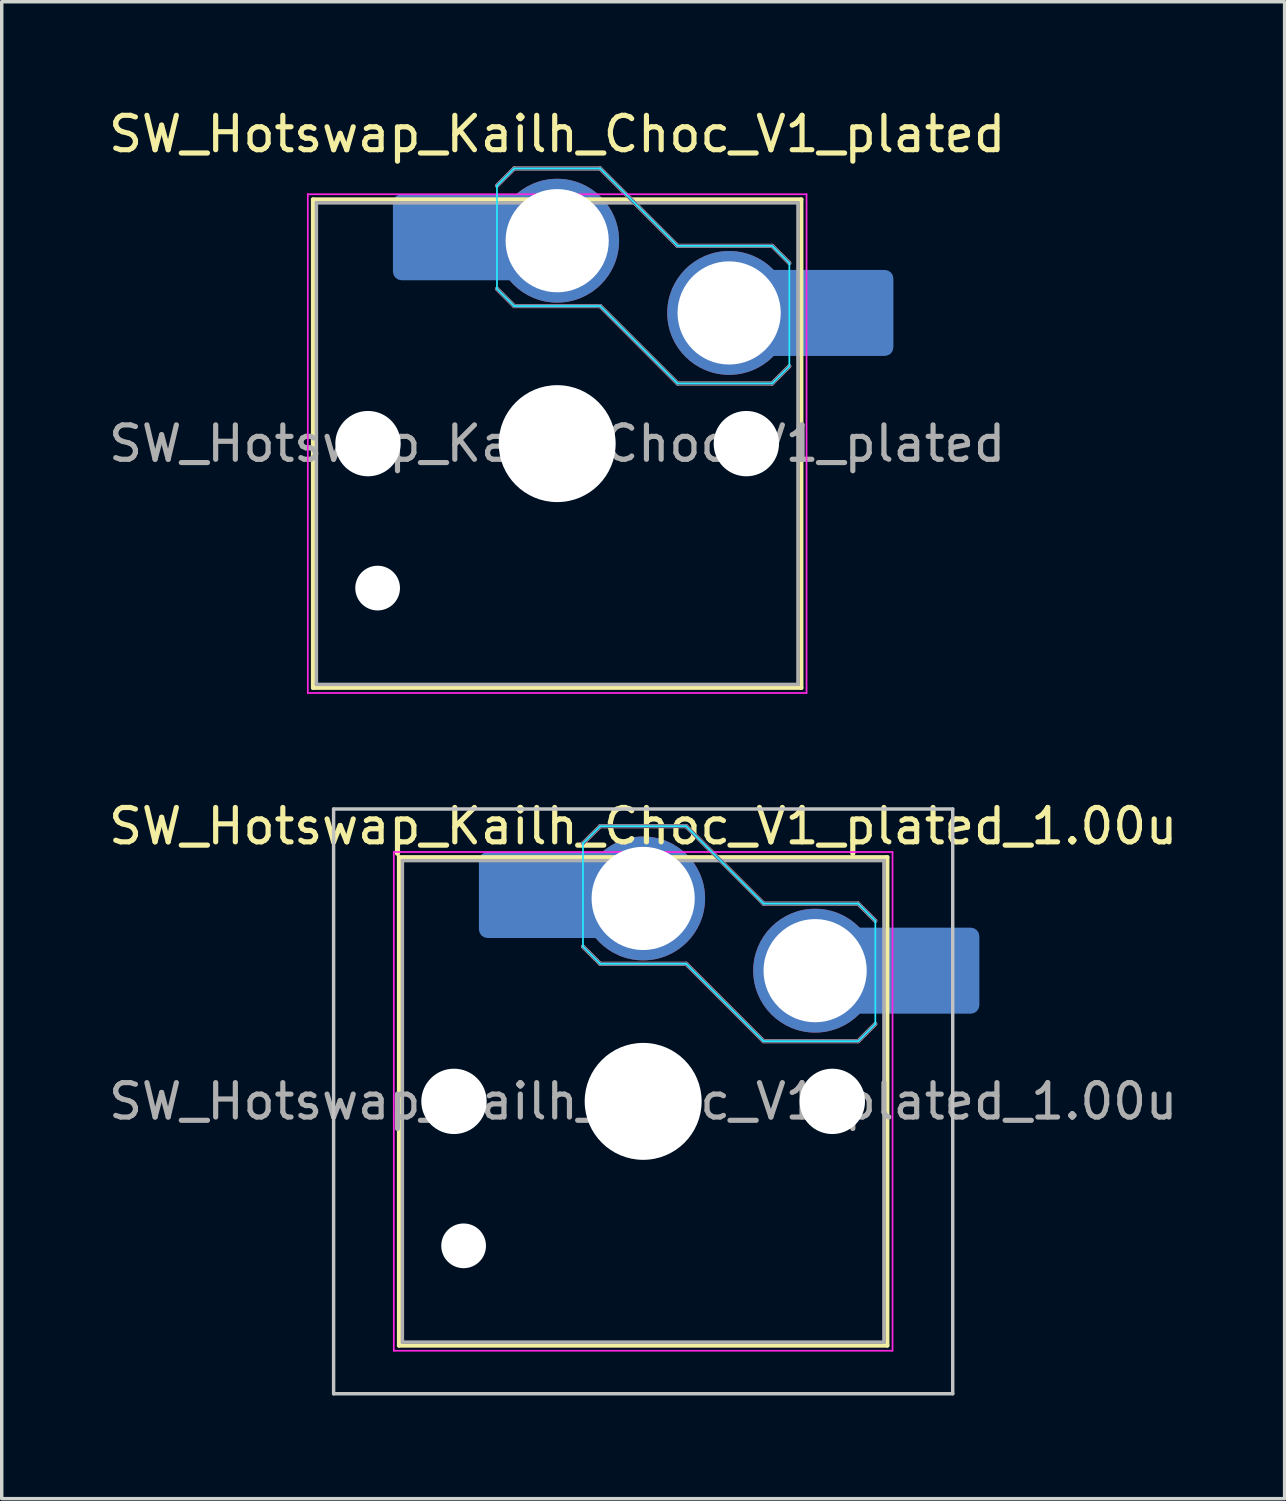
<source format=kicad_pcb>
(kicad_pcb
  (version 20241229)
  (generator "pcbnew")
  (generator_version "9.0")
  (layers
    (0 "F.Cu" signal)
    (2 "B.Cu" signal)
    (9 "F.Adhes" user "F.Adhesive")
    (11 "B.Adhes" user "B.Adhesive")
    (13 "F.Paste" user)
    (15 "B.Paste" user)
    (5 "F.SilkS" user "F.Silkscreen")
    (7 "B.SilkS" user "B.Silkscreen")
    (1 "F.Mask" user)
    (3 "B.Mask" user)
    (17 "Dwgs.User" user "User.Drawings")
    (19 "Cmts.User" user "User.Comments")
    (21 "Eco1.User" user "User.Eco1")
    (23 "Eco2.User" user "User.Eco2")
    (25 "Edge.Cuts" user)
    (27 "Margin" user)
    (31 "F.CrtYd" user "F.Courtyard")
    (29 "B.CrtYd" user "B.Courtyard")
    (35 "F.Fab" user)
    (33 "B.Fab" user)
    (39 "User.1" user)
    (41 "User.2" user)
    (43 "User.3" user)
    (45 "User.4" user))
  (footprint "SW_Hotswap_Kailh_Choc_V1_plated"
    (layer "F.Cu")
    (at 13.149 9.848)
    (property "Reference" "SW_Hotswap_Kailh_Choc_V1_plated" (at 0 -9 0) (layer "F.SilkS") (effects (font (size 1 1) (thickness 0.15))))
    (attr smd)
    (fp_line (start -7.1 -7.1) (end -7.1 7.1) (stroke (width 0.12) (type solid)) (layer "F.SilkS"))
    (fp_line (start -7.1 7.1) (end 7.1 7.1) (stroke (width 0.12) (type solid)) (layer "F.SilkS"))
    (fp_line (start 7.1 -7.1) (end -7.1 -7.1) (stroke (width 0.12) (type solid)) (layer "F.SilkS"))
    (fp_line (start 7.1 7.1) (end 7.1 -7.1) (stroke (width 0.12) (type solid)) (layer "F.SilkS"))
    (fp_line (start -1.75 -7.5) (end -1.25 -8) (stroke (width 0.12) (type solid)) (layer "B.SilkS"))
    (fp_line (start -1.25 -8) (end 1.25 -8) (stroke (width 0.12) (type solid)) (layer "B.SilkS"))
    (fp_line (start -1.25 -4) (end -1.75 -4.5) (stroke (width 0.12) (type solid)) (layer "B.SilkS"))
    (fp_line (start 1.25 -8) (end 3.5 -5.75) (stroke (width 0.12) (type solid)) (layer "B.SilkS"))
    (fp_line (start 1.25 -4) (end -1.25 -4) (stroke (width 0.12) (type solid)) (layer "B.SilkS"))
    (fp_line (start 3.5 -5.75) (end 6.25 -5.75) (stroke (width 0.12) (type solid)) (layer "B.SilkS"))
    (fp_line (start 3.5 -1.75) (end 1.25 -4) (stroke (width 0.12) (type solid)) (layer "B.SilkS"))
    (fp_line (start 6.25 -5.75) (end 6.75 -5.25) (stroke (width 0.12) (type solid)) (layer "B.SilkS"))
    (fp_line (start 6.25 -1.75) (end 3.5 -1.75) (stroke (width 0.12) (type solid)) (layer "B.SilkS"))
    (fp_line (start 6.75 -2.25) (end 6.25 -1.75) (stroke (width 0.12) (type solid)) (layer "B.SilkS"))
    (fp_line (start -1.75 -7.5) (end -1.25 -8) (stroke (width 0.05) (type solid)) (layer "B.CrtYd"))
    (fp_line (start -1.75 -4.5) (end -1.75 -7.5) (stroke (width 0.05) (type solid)) (layer "B.CrtYd"))
    (fp_line (start -1.25 -8) (end 1.25 -8) (stroke (width 0.05) (type solid)) (layer "B.CrtYd"))
    (fp_line (start -1.25 -4) (end -1.75 -4.5) (stroke (width 0.05) (type solid)) (layer "B.CrtYd"))
    (fp_line (start 1.25 -8) (end 3.5 -5.75) (stroke (width 0.05) (type solid)) (layer "B.CrtYd"))
    (fp_line (start 1.25 -4) (end -1.25 -4) (stroke (width 0.05) (type solid)) (layer "B.CrtYd"))
    (fp_line (start 3.5 -5.75) (end 6.25 -5.75) (stroke (width 0.05) (type solid)) (layer "B.CrtYd"))
    (fp_line (start 3.5 -1.75) (end 1.25 -4) (stroke (width 0.05) (type solid)) (layer "B.CrtYd"))
    (fp_line (start 6.25 -5.75) (end 6.75 -5.25) (stroke (width 0.05) (type solid)) (layer "B.CrtYd"))
    (fp_line (start 6.25 -1.75) (end 3.5 -1.75) (stroke (width 0.05) (type solid)) (layer "B.CrtYd"))
    (fp_line (start 6.75 -5.25) (end 6.75 -2.25) (stroke (width 0.05) (type solid)) (layer "B.CrtYd"))
    (fp_line (start 6.75 -2.25) (end 6.25 -1.75) (stroke (width 0.05) (type solid)) (layer "B.CrtYd"))
    (fp_line (start -7.25 -7.25) (end -7.25 7.25) (stroke (width 0.05) (type solid)) (layer "F.CrtYd"))
    (fp_line (start -7.25 7.25) (end 7.25 7.25) (stroke (width 0.05) (type solid)) (layer "F.CrtYd"))
    (fp_line (start 7.25 -7.25) (end -7.25 -7.25) (stroke (width 0.05) (type solid)) (layer "F.CrtYd"))
    (fp_line (start 7.25 7.25) (end 7.25 -7.25) (stroke (width 0.05) (type solid)) (layer "F.CrtYd"))
    (fp_line (start -1.75 -7.5) (end -1.25 -8) (stroke (width 0.1) (type solid)) (layer "B.Fab"))
    (fp_line (start -1.25 -8) (end 1.25 -8) (stroke (width 0.1) (type solid)) (layer "B.Fab"))
    (fp_line (start -1.25 -4) (end -1.75 -4.5) (stroke (width 0.1) (type solid)) (layer "B.Fab"))
    (fp_line (start 1.25 -8) (end 3.5 -5.75) (stroke (width 0.1) (type solid)) (layer "B.Fab"))
    (fp_line (start 1.25 -4) (end -1.25 -4) (stroke (width 0.1) (type solid)) (layer "B.Fab"))
    (fp_line (start 3.5 -5.75) (end 6.25 -5.75) (stroke (width 0.1) (type solid)) (layer "B.Fab"))
    (fp_line (start 3.5 -1.75) (end 1.25 -4) (stroke (width 0.1) (type solid)) (layer "B.Fab"))
    (fp_line (start 6.25 -5.75) (end 6.75 -5.25) (stroke (width 0.1) (type solid)) (layer "B.Fab"))
    (fp_line (start 6.25 -1.75) (end 3.5 -1.75) (stroke (width 0.1) (type solid)) (layer "B.Fab"))
    (fp_line (start 6.75 -2.25) (end 6.25 -1.75) (stroke (width 0.1) (type solid)) (layer "B.Fab"))
    (fp_line (start -7 -7) (end -7 7) (stroke (width 0.1) (type solid)) (layer "F.Fab"))
    (fp_line (start -7 7) (end 7 7) (stroke (width 0.1) (type solid)) (layer "F.Fab"))
    (fp_line (start 7 -7) (end -7 -7) (stroke (width 0.1) (type solid)) (layer "F.Fab"))
    (fp_line (start 7 7) (end 7 -7) (stroke (width 0.1) (type solid)) (layer "F.Fab"))
    (fp_text user "${REFERENCE}" (at 0 0 0) (layer "F.Fab") (effects (font (size 1 1) (thickness 0.15))))
    (pad "" np_thru_hole circle (at -5.5 0) (size 1.9 1.9) (drill 1.9) (layers "*.Cu" "*.Mask"))
    (pad "" np_thru_hole circle (at -5.22 4.2) (size 1.3 1.3) (drill 1.3) (layers "*.Cu" "*.Mask"))
    (pad "" smd roundrect (at -3.5 -6) (size 2.55 2.5) (layers "B.Mask" "B.Paste") (roundrect_rratio 0.1))
    (pad "" np_thru_hole circle (at 0 0) (size 3.4 3.4) (drill 3.4) (layers "*.Cu" "*.Mask"))
    (pad "" np_thru_hole circle (at 5.5 0) (size 1.9 1.9) (drill 1.9) (layers "*.Cu" "*.Mask"))
    (pad "" smd roundrect (at 8.5 -3.8) (size 2.55 2.5) (layers "B.Mask" "B.Paste") (roundrect_rratio 0.1))
    (pad "1" smd roundrect (at -2.85 -6) (size 3.85 2.5) (layers "B.Cu") (roundrect_rratio 0.1))
    (pad "1" thru_hole circle (at 0 -5.9) (size 3.6 3.6) (drill 3) (layers "*.Cu" "B.Mask"))
    (pad "2" thru_hole circle (at 5 -3.8) (size 3.6 3.6) (drill 3) (layers "*.Cu" "B.Mask"))
    (pad "2" smd roundrect (at 7.85 -3.8) (size 3.85 2.5) (layers "B.Cu") (roundrect_rratio 0.1)))
  (footprint "SW_Hotswap_Kailh_Choc_V1_plated_1.00u"
    (layer "F.Cu")
    (at 15.649 28.971)
    (property "Reference" "SW_Hotswap_Kailh_Choc_V1_plated_1.00u" (at 0 -8 0) (layer "F.SilkS") (effects (font (size 1 1) (thickness 0.15))))
    (attr smd)
    (fp_line (start -7.1 -7.1) (end -7.1 7.1) (stroke (width 0.12) (type solid)) (layer "F.SilkS"))
    (fp_line (start -7.1 7.1) (end 7.1 7.1) (stroke (width 0.12) (type solid)) (layer "F.SilkS"))
    (fp_line (start 7.1 -7.1) (end -7.1 -7.1) (stroke (width 0.12) (type solid)) (layer "F.SilkS"))
    (fp_line (start 7.1 7.1) (end 7.1 -7.1) (stroke (width 0.12) (type solid)) (layer "F.SilkS"))
    (fp_line (start -1.75 -7.5) (end -1.25 -8) (stroke (width 0.12) (type solid)) (layer "B.SilkS"))
    (fp_line (start -1.25 -8) (end 1.25 -8) (stroke (width 0.12) (type solid)) (layer "B.SilkS"))
    (fp_line (start -1.25 -4) (end -1.75 -4.5) (stroke (width 0.12) (type solid)) (layer "B.SilkS"))
    (fp_line (start 1.25 -8) (end 3.5 -5.75) (stroke (width 0.12) (type solid)) (layer "B.SilkS"))
    (fp_line (start 1.25 -4) (end -1.25 -4) (stroke (width 0.12) (type solid)) (layer "B.SilkS"))
    (fp_line (start 3.5 -5.75) (end 6.25 -5.75) (stroke (width 0.12) (type solid)) (layer "B.SilkS"))
    (fp_line (start 3.5 -1.75) (end 1.25 -4) (stroke (width 0.12) (type solid)) (layer "B.SilkS"))
    (fp_line (start 6.25 -5.75) (end 6.75 -5.25) (stroke (width 0.12) (type solid)) (layer "B.SilkS"))
    (fp_line (start 6.25 -1.75) (end 3.5 -1.75) (stroke (width 0.12) (type solid)) (layer "B.SilkS"))
    (fp_line (start 6.75 -2.25) (end 6.25 -1.75) (stroke (width 0.12) (type solid)) (layer "B.SilkS"))
    (fp_line (start -9 -8.5) (end -9 8.5) (stroke (width 0.1) (type solid)) (layer "Dwgs.User"))
    (fp_line (start -9 8.5) (end 9 8.5) (stroke (width 0.1) (type solid)) (layer "Dwgs.User"))
    (fp_line (start 9 -8.5) (end -9 -8.5) (stroke (width 0.1) (type solid)) (layer "Dwgs.User"))
    (fp_line (start 9 8.5) (end 9 -8.5) (stroke (width 0.1) (type solid)) (layer "Dwgs.User"))
    (fp_line (start -1.75 -7.5) (end -1.25 -8) (stroke (width 0.05) (type solid)) (layer "B.CrtYd"))
    (fp_line (start -1.75 -4.5) (end -1.75 -7.5) (stroke (width 0.05) (type solid)) (layer "B.CrtYd"))
    (fp_line (start -1.25 -8) (end 1.25 -8) (stroke (width 0.05) (type solid)) (layer "B.CrtYd"))
    (fp_line (start -1.25 -4) (end -1.75 -4.5) (stroke (width 0.05) (type solid)) (layer "B.CrtYd"))
    (fp_line (start 1.25 -8) (end 3.5 -5.75) (stroke (width 0.05) (type solid)) (layer "B.CrtYd"))
    (fp_line (start 1.25 -4) (end -1.25 -4) (stroke (width 0.05) (type solid)) (layer "B.CrtYd"))
    (fp_line (start 3.5 -5.75) (end 6.25 -5.75) (stroke (width 0.05) (type solid)) (layer "B.CrtYd"))
    (fp_line (start 3.5 -1.75) (end 1.25 -4) (stroke (width 0.05) (type solid)) (layer "B.CrtYd"))
    (fp_line (start 6.25 -5.75) (end 6.75 -5.25) (stroke (width 0.05) (type solid)) (layer "B.CrtYd"))
    (fp_line (start 6.25 -1.75) (end 3.5 -1.75) (stroke (width 0.05) (type solid)) (layer "B.CrtYd"))
    (fp_line (start 6.75 -5.25) (end 6.75 -2.25) (stroke (width 0.05) (type solid)) (layer "B.CrtYd"))
    (fp_line (start 6.75 -2.25) (end 6.25 -1.75) (stroke (width 0.05) (type solid)) (layer "B.CrtYd"))
    (fp_line (start -7.25 -7.25) (end -7.25 7.25) (stroke (width 0.05) (type solid)) (layer "F.CrtYd"))
    (fp_line (start -7.25 7.25) (end 7.25 7.25) (stroke (width 0.05) (type solid)) (layer "F.CrtYd"))
    (fp_line (start 7.25 -7.25) (end -7.25 -7.25) (stroke (width 0.05) (type solid)) (layer "F.CrtYd"))
    (fp_line (start 7.25 7.25) (end 7.25 -7.25) (stroke (width 0.05) (type solid)) (layer "F.CrtYd"))
    (fp_line (start -1.75 -7.5) (end -1.25 -8) (stroke (width 0.1) (type solid)) (layer "B.Fab"))
    (fp_line (start -1.25 -8) (end 1.25 -8) (stroke (width 0.1) (type solid)) (layer "B.Fab"))
    (fp_line (start -1.25 -4) (end -1.75 -4.5) (stroke (width 0.1) (type solid)) (layer "B.Fab"))
    (fp_line (start 1.25 -8) (end 3.5 -5.75) (stroke (width 0.1) (type solid)) (layer "B.Fab"))
    (fp_line (start 1.25 -4) (end -1.25 -4) (stroke (width 0.1) (type solid)) (layer "B.Fab"))
    (fp_line (start 3.5 -5.75) (end 6.25 -5.75) (stroke (width 0.1) (type solid)) (layer "B.Fab"))
    (fp_line (start 3.5 -1.75) (end 1.25 -4) (stroke (width 0.1) (type solid)) (layer "B.Fab"))
    (fp_line (start 6.25 -5.75) (end 6.75 -5.25) (stroke (width 0.1) (type solid)) (layer "B.Fab"))
    (fp_line (start 6.25 -1.75) (end 3.5 -1.75) (stroke (width 0.1) (type solid)) (layer "B.Fab"))
    (fp_line (start 6.75 -2.25) (end 6.25 -1.75) (stroke (width 0.1) (type solid)) (layer "B.Fab"))
    (fp_line (start -7 -7) (end -7 7) (stroke (width 0.1) (type solid)) (layer "F.Fab"))
    (fp_line (start -7 7) (end 7 7) (stroke (width 0.1) (type solid)) (layer "F.Fab"))
    (fp_line (start 7 -7) (end -7 -7) (stroke (width 0.1) (type solid)) (layer "F.Fab"))
    (fp_line (start 7 7) (end 7 -7) (stroke (width 0.1) (type solid)) (layer "F.Fab"))
    (fp_text user "${REFERENCE}" (at 0 0 0) (layer "F.Fab") (effects (font (size 1 1) (thickness 0.15))))
    (pad "" np_thru_hole circle (at -5.5 0) (size 1.9 1.9) (drill 1.9) (layers "*.Cu" "*.Mask"))
    (pad "" np_thru_hole circle (at -5.22 4.2) (size 1.3 1.3) (drill 1.3) (layers "*.Cu" "*.Mask"))
    (pad "" smd roundrect (at -3.5 -6) (size 2.55 2.5) (layers "B.Mask" "B.Paste") (roundrect_rratio 0.1))
    (pad "" np_thru_hole circle (at 0 0) (size 3.4 3.4) (drill 3.4) (layers "*.Cu" "*.Mask"))
    (pad "" np_thru_hole circle (at 5.5 0) (size 1.9 1.9) (drill 1.9) (layers "*.Cu" "*.Mask"))
    (pad "" smd roundrect (at 8.5 -3.8) (size 2.55 2.5) (layers "B.Mask" "B.Paste") (roundrect_rratio 0.1))
    (pad "1" smd roundrect (at -2.85 -6) (size 3.85 2.5) (layers "B.Cu") (roundrect_rratio 0.1))
    (pad "1" thru_hole circle (at 0 -5.9) (size 3.6 3.6) (drill 3) (layers "*.Cu" "B.Mask"))
    (pad "2" thru_hole circle (at 5 -3.8) (size 3.6 3.6) (drill 3) (layers "*.Cu" "B.Mask"))
    (pad "2" smd roundrect (at 7.85 -3.8) (size 3.85 2.5) (layers "B.Cu") (roundrect_rratio 0.1)))
  (gr_rect
    (start -3 -3)
    (end 34.298 40.522)
    (stroke (width 0.1) (type default))
    (fill no)
    (layer "Edge.Cuts")))
</source>
